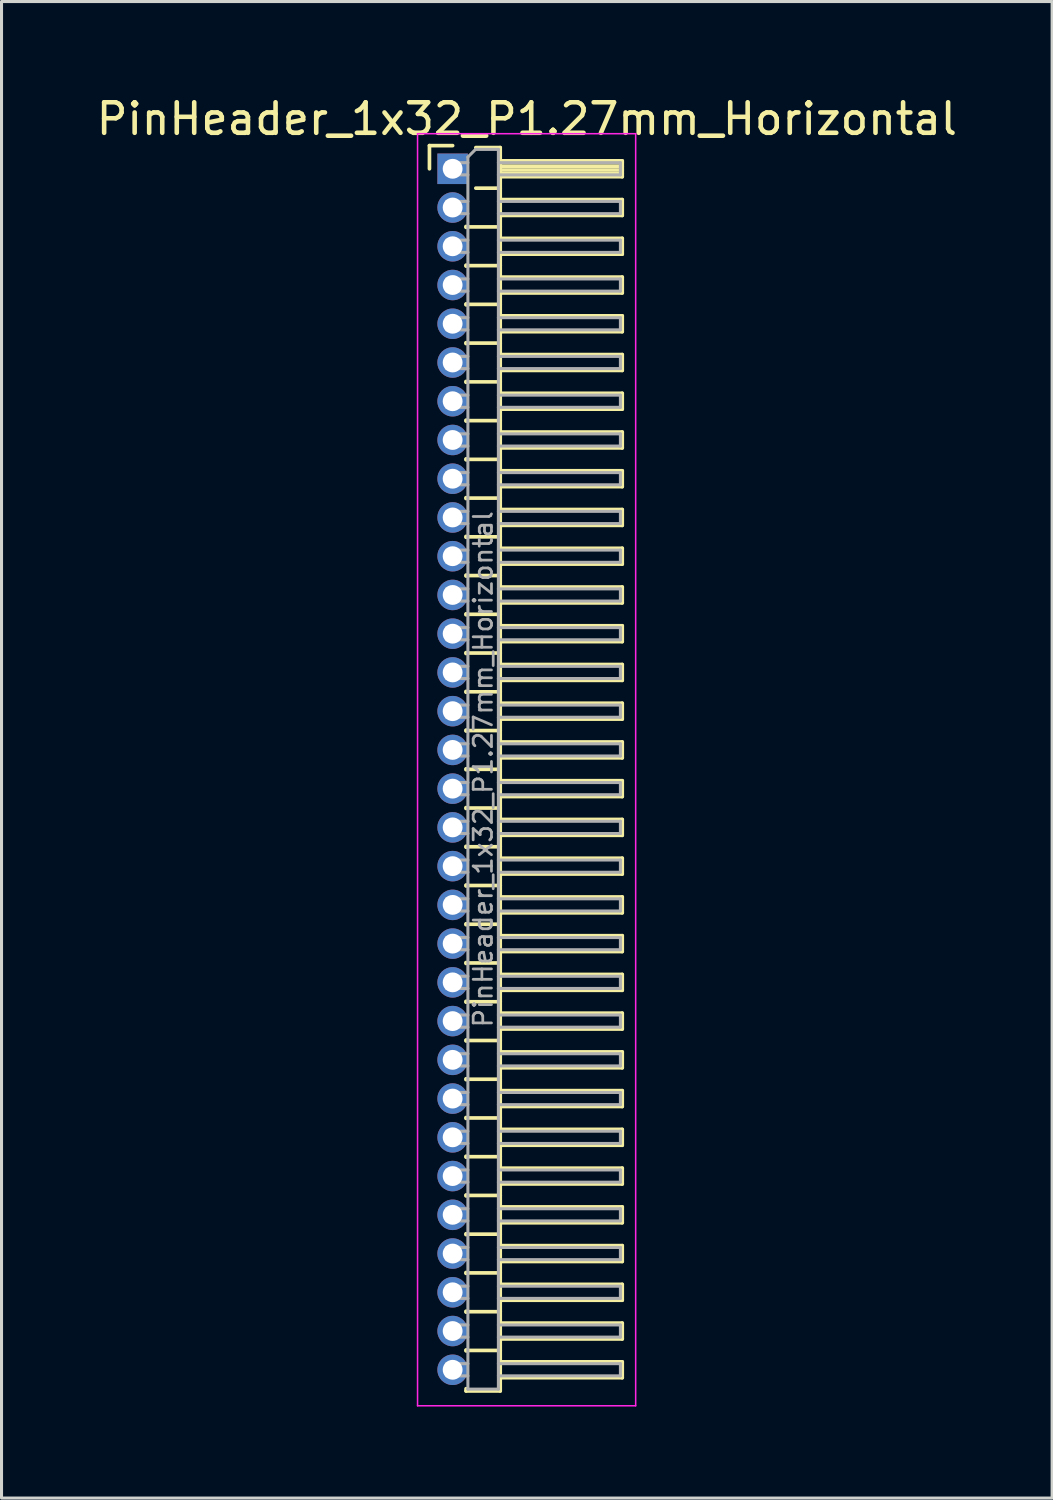
<source format=kicad_pcb>
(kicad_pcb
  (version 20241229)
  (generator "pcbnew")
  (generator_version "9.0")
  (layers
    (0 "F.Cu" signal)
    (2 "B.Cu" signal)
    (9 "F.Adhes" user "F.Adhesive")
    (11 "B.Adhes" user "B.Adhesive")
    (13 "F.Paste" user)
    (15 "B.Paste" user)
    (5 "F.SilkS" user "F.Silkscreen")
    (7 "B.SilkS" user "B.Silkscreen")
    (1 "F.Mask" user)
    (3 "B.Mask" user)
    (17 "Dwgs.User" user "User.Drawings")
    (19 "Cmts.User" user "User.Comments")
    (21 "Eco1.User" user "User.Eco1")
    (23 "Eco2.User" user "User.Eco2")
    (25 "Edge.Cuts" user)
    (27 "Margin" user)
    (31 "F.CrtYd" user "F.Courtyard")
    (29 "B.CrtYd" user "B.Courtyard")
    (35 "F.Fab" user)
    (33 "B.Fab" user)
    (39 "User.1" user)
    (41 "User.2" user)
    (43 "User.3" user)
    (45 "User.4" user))
  (footprint "PinHeader_1x32_P1.27mm_Horizontal"
    (layer "F.Cu")
    (at 11.788 2.483)
    (property "Reference" "PinHeader_1x32_P1.27mm_Horizontal" (at 2.433 -1.635 0) (layer "F.SilkS") (effects (font (size 1 1) (thickness 0.15))))
    (attr through_hole)
    (fp_line (start -0.76 -0.76) (end 0 -0.76) (stroke (width 0.12) (type solid)) (layer "F.SilkS"))
    (fp_line (start -0.76 0) (end -0.76 -0.76) (stroke (width 0.12) (type solid)) (layer "F.SilkS"))
    (fp_line (start 0.44 1.89) (end 0.44 1.92) (stroke (width 0.12) (type solid)) (layer "F.SilkS"))
    (fp_line (start 0.44 1.905) (end 1.56 1.905) (stroke (width 0.12) (type solid)) (layer "F.SilkS"))
    (fp_line (start 0.44 3.16) (end 0.44 3.19) (stroke (width 0.12) (type solid)) (layer "F.SilkS"))
    (fp_line (start 0.44 3.175) (end 1.56 3.175) (stroke (width 0.12) (type solid)) (layer "F.SilkS"))
    (fp_line (start 0.44 4.43) (end 0.44 4.46) (stroke (width 0.12) (type solid)) (layer "F.SilkS"))
    (fp_line (start 0.44 4.445) (end 1.56 4.445) (stroke (width 0.12) (type solid)) (layer "F.SilkS"))
    (fp_line (start 0.44 5.7) (end 0.44 5.73) (stroke (width 0.12) (type solid)) (layer "F.SilkS"))
    (fp_line (start 0.44 5.715) (end 1.56 5.715) (stroke (width 0.12) (type solid)) (layer "F.SilkS"))
    (fp_line (start 0.44 6.97) (end 0.44 7) (stroke (width 0.12) (type solid)) (layer "F.SilkS"))
    (fp_line (start 0.44 6.985) (end 1.56 6.985) (stroke (width 0.12) (type solid)) (layer "F.SilkS"))
    (fp_line (start 0.44 8.24) (end 0.44 8.27) (stroke (width 0.12) (type solid)) (layer "F.SilkS"))
    (fp_line (start 0.44 8.255) (end 1.56 8.255) (stroke (width 0.12) (type solid)) (layer "F.SilkS"))
    (fp_line (start 0.44 9.51) (end 0.44 9.54) (stroke (width 0.12) (type solid)) (layer "F.SilkS"))
    (fp_line (start 0.44 9.525) (end 1.56 9.525) (stroke (width 0.12) (type solid)) (layer "F.SilkS"))
    (fp_line (start 0.44 10.78) (end 0.44 10.81) (stroke (width 0.12) (type solid)) (layer "F.SilkS"))
    (fp_line (start 0.44 10.795) (end 1.56 10.795) (stroke (width 0.12) (type solid)) (layer "F.SilkS"))
    (fp_line (start 0.44 12.05) (end 0.44 12.08) (stroke (width 0.12) (type solid)) (layer "F.SilkS"))
    (fp_line (start 0.44 12.065) (end 1.56 12.065) (stroke (width 0.12) (type solid)) (layer "F.SilkS"))
    (fp_line (start 0.44 13.32) (end 0.44 13.35) (stroke (width 0.12) (type solid)) (layer "F.SilkS"))
    (fp_line (start 0.44 13.335) (end 1.56 13.335) (stroke (width 0.12) (type solid)) (layer "F.SilkS"))
    (fp_line (start 0.44 14.59) (end 0.44 14.62) (stroke (width 0.12) (type solid)) (layer "F.SilkS"))
    (fp_line (start 0.44 14.605) (end 1.56 14.605) (stroke (width 0.12) (type solid)) (layer "F.SilkS"))
    (fp_line (start 0.44 15.86) (end 0.44 15.89) (stroke (width 0.12) (type solid)) (layer "F.SilkS"))
    (fp_line (start 0.44 15.875) (end 1.56 15.875) (stroke (width 0.12) (type solid)) (layer "F.SilkS"))
    (fp_line (start 0.44 17.13) (end 0.44 17.16) (stroke (width 0.12) (type solid)) (layer "F.SilkS"))
    (fp_line (start 0.44 17.145) (end 1.56 17.145) (stroke (width 0.12) (type solid)) (layer "F.SilkS"))
    (fp_line (start 0.44 18.4) (end 0.44 18.43) (stroke (width 0.12) (type solid)) (layer "F.SilkS"))
    (fp_line (start 0.44 18.415) (end 1.56 18.415) (stroke (width 0.12) (type solid)) (layer "F.SilkS"))
    (fp_line (start 0.44 19.67) (end 0.44 19.7) (stroke (width 0.12) (type solid)) (layer "F.SilkS"))
    (fp_line (start 0.44 19.685) (end 1.56 19.685) (stroke (width 0.12) (type solid)) (layer "F.SilkS"))
    (fp_line (start 0.44 20.94) (end 0.44 20.97) (stroke (width 0.12) (type solid)) (layer "F.SilkS"))
    (fp_line (start 0.44 20.955) (end 1.56 20.955) (stroke (width 0.12) (type solid)) (layer "F.SilkS"))
    (fp_line (start 0.44 22.21) (end 0.44 22.24) (stroke (width 0.12) (type solid)) (layer "F.SilkS"))
    (fp_line (start 0.44 22.225) (end 1.56 22.225) (stroke (width 0.12) (type solid)) (layer "F.SilkS"))
    (fp_line (start 0.44 23.48) (end 0.44 23.51) (stroke (width 0.12) (type solid)) (layer "F.SilkS"))
    (fp_line (start 0.44 23.495) (end 1.56 23.495) (stroke (width 0.12) (type solid)) (layer "F.SilkS"))
    (fp_line (start 0.44 24.75) (end 0.44 24.78) (stroke (width 0.12) (type solid)) (layer "F.SilkS"))
    (fp_line (start 0.44 24.765) (end 1.56 24.765) (stroke (width 0.12) (type solid)) (layer "F.SilkS"))
    (fp_line (start 0.44 26.02) (end 0.44 26.05) (stroke (width 0.12) (type solid)) (layer "F.SilkS"))
    (fp_line (start 0.44 26.035) (end 1.56 26.035) (stroke (width 0.12) (type solid)) (layer "F.SilkS"))
    (fp_line (start 0.44 27.29) (end 0.44 27.32) (stroke (width 0.12) (type solid)) (layer "F.SilkS"))
    (fp_line (start 0.44 27.305) (end 1.56 27.305) (stroke (width 0.12) (type solid)) (layer "F.SilkS"))
    (fp_line (start 0.44 28.56) (end 0.44 28.59) (stroke (width 0.12) (type solid)) (layer "F.SilkS"))
    (fp_line (start 0.44 28.575) (end 1.56 28.575) (stroke (width 0.12) (type solid)) (layer "F.SilkS"))
    (fp_line (start 0.44 29.83) (end 0.44 29.86) (stroke (width 0.12) (type solid)) (layer "F.SilkS"))
    (fp_line (start 0.44 29.845) (end 1.56 29.845) (stroke (width 0.12) (type solid)) (layer "F.SilkS"))
    (fp_line (start 0.44 31.1) (end 0.44 31.13) (stroke (width 0.12) (type solid)) (layer "F.SilkS"))
    (fp_line (start 0.44 31.115) (end 1.56 31.115) (stroke (width 0.12) (type solid)) (layer "F.SilkS"))
    (fp_line (start 0.44 32.37) (end 0.44 32.4) (stroke (width 0.12) (type solid)) (layer "F.SilkS"))
    (fp_line (start 0.44 32.385) (end 1.56 32.385) (stroke (width 0.12) (type solid)) (layer "F.SilkS"))
    (fp_line (start 0.44 33.64) (end 0.44 33.67) (stroke (width 0.12) (type solid)) (layer "F.SilkS"))
    (fp_line (start 0.44 33.655) (end 1.56 33.655) (stroke (width 0.12) (type solid)) (layer "F.SilkS"))
    (fp_line (start 0.44 34.91) (end 0.44 34.94) (stroke (width 0.12) (type solid)) (layer "F.SilkS"))
    (fp_line (start 0.44 34.925) (end 1.56 34.925) (stroke (width 0.12) (type solid)) (layer "F.SilkS"))
    (fp_line (start 0.44 36.18) (end 0.44 36.21) (stroke (width 0.12) (type solid)) (layer "F.SilkS"))
    (fp_line (start 0.44 36.195) (end 1.56 36.195) (stroke (width 0.12) (type solid)) (layer "F.SilkS"))
    (fp_line (start 0.44 37.45) (end 0.44 37.48) (stroke (width 0.12) (type solid)) (layer "F.SilkS"))
    (fp_line (start 0.44 37.465) (end 1.56 37.465) (stroke (width 0.12) (type solid)) (layer "F.SilkS"))
    (fp_line (start 0.44 38.72) (end 0.44 38.75) (stroke (width 0.12) (type solid)) (layer "F.SilkS"))
    (fp_line (start 0.44 38.735) (end 1.56 38.735) (stroke (width 0.12) (type solid)) (layer "F.SilkS"))
    (fp_line (start 0.44 40.065) (end 0.44 39.99) (stroke (width 0.12) (type solid)) (layer "F.SilkS"))
    (fp_line (start 0.76 -0.695) (end 1.56 -0.695) (stroke (width 0.12) (type solid)) (layer "F.SilkS"))
    (fp_line (start 0.76 0.635) (end 1.56 0.635) (stroke (width 0.12) (type solid)) (layer "F.SilkS"))
    (fp_line (start 1.56 -0.695) (end 1.56 40.065) (stroke (width 0.12) (type solid)) (layer "F.SilkS"))
    (fp_line (start 1.56 -0.26) (end 5.56 -0.26) (stroke (width 0.12) (type solid)) (layer "F.SilkS"))
    (fp_line (start 1.56 -0.2) (end 5.56 -0.2) (stroke (width 0.12) (type solid)) (layer "F.SilkS"))
    (fp_line (start 1.56 -0.08) (end 5.56 -0.08) (stroke (width 0.12) (type solid)) (layer "F.SilkS"))
    (fp_line (start 1.56 0.04) (end 5.56 0.04) (stroke (width 0.12) (type solid)) (layer "F.SilkS"))
    (fp_line (start 1.56 0.16) (end 5.56 0.16) (stroke (width 0.12) (type solid)) (layer "F.SilkS"))
    (fp_line (start 1.56 1.01) (end 5.56 1.01) (stroke (width 0.12) (type solid)) (layer "F.SilkS"))
    (fp_line (start 1.56 2.28) (end 5.56 2.28) (stroke (width 0.12) (type solid)) (layer "F.SilkS"))
    (fp_line (start 1.56 3.55) (end 5.56 3.55) (stroke (width 0.12) (type solid)) (layer "F.SilkS"))
    (fp_line (start 1.56 4.82) (end 5.56 4.82) (stroke (width 0.12) (type solid)) (layer "F.SilkS"))
    (fp_line (start 1.56 6.09) (end 5.56 6.09) (stroke (width 0.12) (type solid)) (layer "F.SilkS"))
    (fp_line (start 1.56 7.36) (end 5.56 7.36) (stroke (width 0.12) (type solid)) (layer "F.SilkS"))
    (fp_line (start 1.56 8.63) (end 5.56 8.63) (stroke (width 0.12) (type solid)) (layer "F.SilkS"))
    (fp_line (start 1.56 9.9) (end 5.56 9.9) (stroke (width 0.12) (type solid)) (layer "F.SilkS"))
    (fp_line (start 1.56 11.17) (end 5.56 11.17) (stroke (width 0.12) (type solid)) (layer "F.SilkS"))
    (fp_line (start 1.56 12.44) (end 5.56 12.44) (stroke (width 0.12) (type solid)) (layer "F.SilkS"))
    (fp_line (start 1.56 13.71) (end 5.56 13.71) (stroke (width 0.12) (type solid)) (layer "F.SilkS"))
    (fp_line (start 1.56 14.98) (end 5.56 14.98) (stroke (width 0.12) (type solid)) (layer "F.SilkS"))
    (fp_line (start 1.56 16.25) (end 5.56 16.25) (stroke (width 0.12) (type solid)) (layer "F.SilkS"))
    (fp_line (start 1.56 17.52) (end 5.56 17.52) (stroke (width 0.12) (type solid)) (layer "F.SilkS"))
    (fp_line (start 1.56 18.79) (end 5.56 18.79) (stroke (width 0.12) (type solid)) (layer "F.SilkS"))
    (fp_line (start 1.56 20.06) (end 5.56 20.06) (stroke (width 0.12) (type solid)) (layer "F.SilkS"))
    (fp_line (start 1.56 21.33) (end 5.56 21.33) (stroke (width 0.12) (type solid)) (layer "F.SilkS"))
    (fp_line (start 1.56 22.6) (end 5.56 22.6) (stroke (width 0.12) (type solid)) (layer "F.SilkS"))
    (fp_line (start 1.56 23.87) (end 5.56 23.87) (stroke (width 0.12) (type solid)) (layer "F.SilkS"))
    (fp_line (start 1.56 25.14) (end 5.56 25.14) (stroke (width 0.12) (type solid)) (layer "F.SilkS"))
    (fp_line (start 1.56 26.41) (end 5.56 26.41) (stroke (width 0.12) (type solid)) (layer "F.SilkS"))
    (fp_line (start 1.56 27.68) (end 5.56 27.68) (stroke (width 0.12) (type solid)) (layer "F.SilkS"))
    (fp_line (start 1.56 28.95) (end 5.56 28.95) (stroke (width 0.12) (type solid)) (layer "F.SilkS"))
    (fp_line (start 1.56 30.22) (end 5.56 30.22) (stroke (width 0.12) (type solid)) (layer "F.SilkS"))
    (fp_line (start 1.56 31.49) (end 5.56 31.49) (stroke (width 0.12) (type solid)) (layer "F.SilkS"))
    (fp_line (start 1.56 32.76) (end 5.56 32.76) (stroke (width 0.12) (type solid)) (layer "F.SilkS"))
    (fp_line (start 1.56 34.03) (end 5.56 34.03) (stroke (width 0.12) (type solid)) (layer "F.SilkS"))
    (fp_line (start 1.56 35.3) (end 5.56 35.3) (stroke (width 0.12) (type solid)) (layer "F.SilkS"))
    (fp_line (start 1.56 36.57) (end 5.56 36.57) (stroke (width 0.12) (type solid)) (layer "F.SilkS"))
    (fp_line (start 1.56 37.84) (end 5.56 37.84) (stroke (width 0.12) (type solid)) (layer "F.SilkS"))
    (fp_line (start 1.56 39.11) (end 5.56 39.11) (stroke (width 0.12) (type solid)) (layer "F.SilkS"))
    (fp_line (start 1.56 40.065) (end 0.44 40.065) (stroke (width 0.12) (type solid)) (layer "F.SilkS"))
    (fp_line (start 5.56 -0.26) (end 5.56 0.26) (stroke (width 0.12) (type solid)) (layer "F.SilkS"))
    (fp_line (start 5.56 0.26) (end 1.56 0.26) (stroke (width 0.12) (type solid)) (layer "F.SilkS"))
    (fp_line (start 5.56 1.01) (end 5.56 1.53) (stroke (width 0.12) (type solid)) (layer "F.SilkS"))
    (fp_line (start 5.56 1.53) (end 1.56 1.53) (stroke (width 0.12) (type solid)) (layer "F.SilkS"))
    (fp_line (start 5.56 2.28) (end 5.56 2.8) (stroke (width 0.12) (type solid)) (layer "F.SilkS"))
    (fp_line (start 5.56 2.8) (end 1.56 2.8) (stroke (width 0.12) (type solid)) (layer "F.SilkS"))
    (fp_line (start 5.56 3.55) (end 5.56 4.07) (stroke (width 0.12) (type solid)) (layer "F.SilkS"))
    (fp_line (start 5.56 4.07) (end 1.56 4.07) (stroke (width 0.12) (type solid)) (layer "F.SilkS"))
    (fp_line (start 5.56 4.82) (end 5.56 5.34) (stroke (width 0.12) (type solid)) (layer "F.SilkS"))
    (fp_line (start 5.56 5.34) (end 1.56 5.34) (stroke (width 0.12) (type solid)) (layer "F.SilkS"))
    (fp_line (start 5.56 6.09) (end 5.56 6.61) (stroke (width 0.12) (type solid)) (layer "F.SilkS"))
    (fp_line (start 5.56 6.61) (end 1.56 6.61) (stroke (width 0.12) (type solid)) (layer "F.SilkS"))
    (fp_line (start 5.56 7.36) (end 5.56 7.88) (stroke (width 0.12) (type solid)) (layer "F.SilkS"))
    (fp_line (start 5.56 7.88) (end 1.56 7.88) (stroke (width 0.12) (type solid)) (layer "F.SilkS"))
    (fp_line (start 5.56 8.63) (end 5.56 9.15) (stroke (width 0.12) (type solid)) (layer "F.SilkS"))
    (fp_line (start 5.56 9.15) (end 1.56 9.15) (stroke (width 0.12) (type solid)) (layer "F.SilkS"))
    (fp_line (start 5.56 9.9) (end 5.56 10.42) (stroke (width 0.12) (type solid)) (layer "F.SilkS"))
    (fp_line (start 5.56 10.42) (end 1.56 10.42) (stroke (width 0.12) (type solid)) (layer "F.SilkS"))
    (fp_line (start 5.56 11.17) (end 5.56 11.69) (stroke (width 0.12) (type solid)) (layer "F.SilkS"))
    (fp_line (start 5.56 11.69) (end 1.56 11.69) (stroke (width 0.12) (type solid)) (layer "F.SilkS"))
    (fp_line (start 5.56 12.44) (end 5.56 12.96) (stroke (width 0.12) (type solid)) (layer "F.SilkS"))
    (fp_line (start 5.56 12.96) (end 1.56 12.96) (stroke (width 0.12) (type solid)) (layer "F.SilkS"))
    (fp_line (start 5.56 13.71) (end 5.56 14.23) (stroke (width 0.12) (type solid)) (layer "F.SilkS"))
    (fp_line (start 5.56 14.23) (end 1.56 14.23) (stroke (width 0.12) (type solid)) (layer "F.SilkS"))
    (fp_line (start 5.56 14.98) (end 5.56 15.5) (stroke (width 0.12) (type solid)) (layer "F.SilkS"))
    (fp_line (start 5.56 15.5) (end 1.56 15.5) (stroke (width 0.12) (type solid)) (layer "F.SilkS"))
    (fp_line (start 5.56 16.25) (end 5.56 16.77) (stroke (width 0.12) (type solid)) (layer "F.SilkS"))
    (fp_line (start 5.56 16.77) (end 1.56 16.77) (stroke (width 0.12) (type solid)) (layer "F.SilkS"))
    (fp_line (start 5.56 17.52) (end 5.56 18.04) (stroke (width 0.12) (type solid)) (layer "F.SilkS"))
    (fp_line (start 5.56 18.04) (end 1.56 18.04) (stroke (width 0.12) (type solid)) (layer "F.SilkS"))
    (fp_line (start 5.56 18.79) (end 5.56 19.31) (stroke (width 0.12) (type solid)) (layer "F.SilkS"))
    (fp_line (start 5.56 19.31) (end 1.56 19.31) (stroke (width 0.12) (type solid)) (layer "F.SilkS"))
    (fp_line (start 5.56 20.06) (end 5.56 20.58) (stroke (width 0.12) (type solid)) (layer "F.SilkS"))
    (fp_line (start 5.56 20.58) (end 1.56 20.58) (stroke (width 0.12) (type solid)) (layer "F.SilkS"))
    (fp_line (start 5.56 21.33) (end 5.56 21.85) (stroke (width 0.12) (type solid)) (layer "F.SilkS"))
    (fp_line (start 5.56 21.85) (end 1.56 21.85) (stroke (width 0.12) (type solid)) (layer "F.SilkS"))
    (fp_line (start 5.56 22.6) (end 5.56 23.12) (stroke (width 0.12) (type solid)) (layer "F.SilkS"))
    (fp_line (start 5.56 23.12) (end 1.56 23.12) (stroke (width 0.12) (type solid)) (layer "F.SilkS"))
    (fp_line (start 5.56 23.87) (end 5.56 24.39) (stroke (width 0.12) (type solid)) (layer "F.SilkS"))
    (fp_line (start 5.56 24.39) (end 1.56 24.39) (stroke (width 0.12) (type solid)) (layer "F.SilkS"))
    (fp_line (start 5.56 25.14) (end 5.56 25.66) (stroke (width 0.12) (type solid)) (layer "F.SilkS"))
    (fp_line (start 5.56 25.66) (end 1.56 25.66) (stroke (width 0.12) (type solid)) (layer "F.SilkS"))
    (fp_line (start 5.56 26.41) (end 5.56 26.93) (stroke (width 0.12) (type solid)) (layer "F.SilkS"))
    (fp_line (start 5.56 26.93) (end 1.56 26.93) (stroke (width 0.12) (type solid)) (layer "F.SilkS"))
    (fp_line (start 5.56 27.68) (end 5.56 28.2) (stroke (width 0.12) (type solid)) (layer "F.SilkS"))
    (fp_line (start 5.56 28.2) (end 1.56 28.2) (stroke (width 0.12) (type solid)) (layer "F.SilkS"))
    (fp_line (start 5.56 28.95) (end 5.56 29.47) (stroke (width 0.12) (type solid)) (layer "F.SilkS"))
    (fp_line (start 5.56 29.47) (end 1.56 29.47) (stroke (width 0.12) (type solid)) (layer "F.SilkS"))
    (fp_line (start 5.56 30.22) (end 5.56 30.74) (stroke (width 0.12) (type solid)) (layer "F.SilkS"))
    (fp_line (start 5.56 30.74) (end 1.56 30.74) (stroke (width 0.12) (type solid)) (layer "F.SilkS"))
    (fp_line (start 5.56 31.49) (end 5.56 32.01) (stroke (width 0.12) (type solid)) (layer "F.SilkS"))
    (fp_line (start 5.56 32.01) (end 1.56 32.01) (stroke (width 0.12) (type solid)) (layer "F.SilkS"))
    (fp_line (start 5.56 32.76) (end 5.56 33.28) (stroke (width 0.12) (type solid)) (layer "F.SilkS"))
    (fp_line (start 5.56 33.28) (end 1.56 33.28) (stroke (width 0.12) (type solid)) (layer "F.SilkS"))
    (fp_line (start 5.56 34.03) (end 5.56 34.55) (stroke (width 0.12) (type solid)) (layer "F.SilkS"))
    (fp_line (start 5.56 34.55) (end 1.56 34.55) (stroke (width 0.12) (type solid)) (layer "F.SilkS"))
    (fp_line (start 5.56 35.3) (end 5.56 35.82) (stroke (width 0.12) (type solid)) (layer "F.SilkS"))
    (fp_line (start 5.56 35.82) (end 1.56 35.82) (stroke (width 0.12) (type solid)) (layer "F.SilkS"))
    (fp_line (start 5.56 36.57) (end 5.56 37.09) (stroke (width 0.12) (type solid)) (layer "F.SilkS"))
    (fp_line (start 5.56 37.09) (end 1.56 37.09) (stroke (width 0.12) (type solid)) (layer "F.SilkS"))
    (fp_line (start 5.56 37.84) (end 5.56 38.36) (stroke (width 0.12) (type solid)) (layer "F.SilkS"))
    (fp_line (start 5.56 38.36) (end 1.56 38.36) (stroke (width 0.12) (type solid)) (layer "F.SilkS"))
    (fp_line (start 5.56 39.11) (end 5.56 39.63) (stroke (width 0.12) (type solid)) (layer "F.SilkS"))
    (fp_line (start 5.56 39.63) (end 1.56 39.63) (stroke (width 0.12) (type solid)) (layer "F.SilkS"))
    (fp_line (start -1.15 -1.15) (end -1.15 40.55) (stroke (width 0.05) (type solid)) (layer "F.CrtYd"))
    (fp_line (start -1.15 40.55) (end 6 40.55) (stroke (width 0.05) (type solid)) (layer "F.CrtYd"))
    (fp_line (start 6 -1.15) (end -1.15 -1.15) (stroke (width 0.05) (type solid)) (layer "F.CrtYd"))
    (fp_line (start 6 40.55) (end 6 -1.15) (stroke (width 0.05) (type solid)) (layer "F.CrtYd"))
    (fp_line (start -0.2 -0.2) (end -0.2 0.2) (stroke (width 0.1) (type solid)) (layer "F.Fab"))
    (fp_line (start -0.2 -0.2) (end 0.5 -0.2) (stroke (width 0.1) (type solid)) (layer "F.Fab"))
    (fp_line (start -0.2 0.2) (end 0.5 0.2) (stroke (width 0.1) (type solid)) (layer "F.Fab"))
    (fp_line (start -0.2 1.07) (end -0.2 1.47) (stroke (width 0.1) (type solid)) (layer "F.Fab"))
    (fp_line (start -0.2 1.07) (end 0.5 1.07) (stroke (width 0.1) (type solid)) (layer "F.Fab"))
    (fp_line (start -0.2 1.47) (end 0.5 1.47) (stroke (width 0.1) (type solid)) (layer "F.Fab"))
    (fp_line (start -0.2 2.34) (end -0.2 2.74) (stroke (width 0.1) (type solid)) (layer "F.Fab"))
    (fp_line (start -0.2 2.34) (end 0.5 2.34) (stroke (width 0.1) (type solid)) (layer "F.Fab"))
    (fp_line (start -0.2 2.74) (end 0.5 2.74) (stroke (width 0.1) (type solid)) (layer "F.Fab"))
    (fp_line (start -0.2 3.61) (end -0.2 4.01) (stroke (width 0.1) (type solid)) (layer "F.Fab"))
    (fp_line (start -0.2 3.61) (end 0.5 3.61) (stroke (width 0.1) (type solid)) (layer "F.Fab"))
    (fp_line (start -0.2 4.01) (end 0.5 4.01) (stroke (width 0.1) (type solid)) (layer "F.Fab"))
    (fp_line (start -0.2 4.88) (end -0.2 5.28) (stroke (width 0.1) (type solid)) (layer "F.Fab"))
    (fp_line (start -0.2 4.88) (end 0.5 4.88) (stroke (width 0.1) (type solid)) (layer "F.Fab"))
    (fp_line (start -0.2 5.28) (end 0.5 5.28) (stroke (width 0.1) (type solid)) (layer "F.Fab"))
    (fp_line (start -0.2 6.15) (end -0.2 6.55) (stroke (width 0.1) (type solid)) (layer "F.Fab"))
    (fp_line (start -0.2 6.15) (end 0.5 6.15) (stroke (width 0.1) (type solid)) (layer "F.Fab"))
    (fp_line (start -0.2 6.55) (end 0.5 6.55) (stroke (width 0.1) (type solid)) (layer "F.Fab"))
    (fp_line (start -0.2 7.42) (end -0.2 7.82) (stroke (width 0.1) (type solid)) (layer "F.Fab"))
    (fp_line (start -0.2 7.42) (end 0.5 7.42) (stroke (width 0.1) (type solid)) (layer "F.Fab"))
    (fp_line (start -0.2 7.82) (end 0.5 7.82) (stroke (width 0.1) (type solid)) (layer "F.Fab"))
    (fp_line (start -0.2 8.69) (end -0.2 9.09) (stroke (width 0.1) (type solid)) (layer "F.Fab"))
    (fp_line (start -0.2 8.69) (end 0.5 8.69) (stroke (width 0.1) (type solid)) (layer "F.Fab"))
    (fp_line (start -0.2 9.09) (end 0.5 9.09) (stroke (width 0.1) (type solid)) (layer "F.Fab"))
    (fp_line (start -0.2 9.96) (end -0.2 10.36) (stroke (width 0.1) (type solid)) (layer "F.Fab"))
    (fp_line (start -0.2 9.96) (end 0.5 9.96) (stroke (width 0.1) (type solid)) (layer "F.Fab"))
    (fp_line (start -0.2 10.36) (end 0.5 10.36) (stroke (width 0.1) (type solid)) (layer "F.Fab"))
    (fp_line (start -0.2 11.23) (end -0.2 11.63) (stroke (width 0.1) (type solid)) (layer "F.Fab"))
    (fp_line (start -0.2 11.23) (end 0.5 11.23) (stroke (width 0.1) (type solid)) (layer "F.Fab"))
    (fp_line (start -0.2 11.63) (end 0.5 11.63) (stroke (width 0.1) (type solid)) (layer "F.Fab"))
    (fp_line (start -0.2 12.5) (end -0.2 12.9) (stroke (width 0.1) (type solid)) (layer "F.Fab"))
    (fp_line (start -0.2 12.5) (end 0.5 12.5) (stroke (width 0.1) (type solid)) (layer "F.Fab"))
    (fp_line (start -0.2 12.9) (end 0.5 12.9) (stroke (width 0.1) (type solid)) (layer "F.Fab"))
    (fp_line (start -0.2 13.77) (end -0.2 14.17) (stroke (width 0.1) (type solid)) (layer "F.Fab"))
    (fp_line (start -0.2 13.77) (end 0.5 13.77) (stroke (width 0.1) (type solid)) (layer "F.Fab"))
    (fp_line (start -0.2 14.17) (end 0.5 14.17) (stroke (width 0.1) (type solid)) (layer "F.Fab"))
    (fp_line (start -0.2 15.04) (end -0.2 15.44) (stroke (width 0.1) (type solid)) (layer "F.Fab"))
    (fp_line (start -0.2 15.04) (end 0.5 15.04) (stroke (width 0.1) (type solid)) (layer "F.Fab"))
    (fp_line (start -0.2 15.44) (end 0.5 15.44) (stroke (width 0.1) (type solid)) (layer "F.Fab"))
    (fp_line (start -0.2 16.31) (end -0.2 16.71) (stroke (width 0.1) (type solid)) (layer "F.Fab"))
    (fp_line (start -0.2 16.31) (end 0.5 16.31) (stroke (width 0.1) (type solid)) (layer "F.Fab"))
    (fp_line (start -0.2 16.71) (end 0.5 16.71) (stroke (width 0.1) (type solid)) (layer "F.Fab"))
    (fp_line (start -0.2 17.58) (end -0.2 17.98) (stroke (width 0.1) (type solid)) (layer "F.Fab"))
    (fp_line (start -0.2 17.58) (end 0.5 17.58) (stroke (width 0.1) (type solid)) (layer "F.Fab"))
    (fp_line (start -0.2 17.98) (end 0.5 17.98) (stroke (width 0.1) (type solid)) (layer "F.Fab"))
    (fp_line (start -0.2 18.85) (end -0.2 19.25) (stroke (width 0.1) (type solid)) (layer "F.Fab"))
    (fp_line (start -0.2 18.85) (end 0.5 18.85) (stroke (width 0.1) (type solid)) (layer "F.Fab"))
    (fp_line (start -0.2 19.25) (end 0.5 19.25) (stroke (width 0.1) (type solid)) (layer "F.Fab"))
    (fp_line (start -0.2 20.12) (end -0.2 20.52) (stroke (width 0.1) (type solid)) (layer "F.Fab"))
    (fp_line (start -0.2 20.12) (end 0.5 20.12) (stroke (width 0.1) (type solid)) (layer "F.Fab"))
    (fp_line (start -0.2 20.52) (end 0.5 20.52) (stroke (width 0.1) (type solid)) (layer "F.Fab"))
    (fp_line (start -0.2 21.39) (end -0.2 21.79) (stroke (width 0.1) (type solid)) (layer "F.Fab"))
    (fp_line (start -0.2 21.39) (end 0.5 21.39) (stroke (width 0.1) (type solid)) (layer "F.Fab"))
    (fp_line (start -0.2 21.79) (end 0.5 21.79) (stroke (width 0.1) (type solid)) (layer "F.Fab"))
    (fp_line (start -0.2 22.66) (end -0.2 23.06) (stroke (width 0.1) (type solid)) (layer "F.Fab"))
    (fp_line (start -0.2 22.66) (end 0.5 22.66) (stroke (width 0.1) (type solid)) (layer "F.Fab"))
    (fp_line (start -0.2 23.06) (end 0.5 23.06) (stroke (width 0.1) (type solid)) (layer "F.Fab"))
    (fp_line (start -0.2 23.93) (end -0.2 24.33) (stroke (width 0.1) (type solid)) (layer "F.Fab"))
    (fp_line (start -0.2 23.93) (end 0.5 23.93) (stroke (width 0.1) (type solid)) (layer "F.Fab"))
    (fp_line (start -0.2 24.33) (end 0.5 24.33) (stroke (width 0.1) (type solid)) (layer "F.Fab"))
    (fp_line (start -0.2 25.2) (end -0.2 25.6) (stroke (width 0.1) (type solid)) (layer "F.Fab"))
    (fp_line (start -0.2 25.2) (end 0.5 25.2) (stroke (width 0.1) (type solid)) (layer "F.Fab"))
    (fp_line (start -0.2 25.6) (end 0.5 25.6) (stroke (width 0.1) (type solid)) (layer "F.Fab"))
    (fp_line (start -0.2 26.47) (end -0.2 26.87) (stroke (width 0.1) (type solid)) (layer "F.Fab"))
    (fp_line (start -0.2 26.47) (end 0.5 26.47) (stroke (width 0.1) (type solid)) (layer "F.Fab"))
    (fp_line (start -0.2 26.87) (end 0.5 26.87) (stroke (width 0.1) (type solid)) (layer "F.Fab"))
    (fp_line (start -0.2 27.74) (end -0.2 28.14) (stroke (width 0.1) (type solid)) (layer "F.Fab"))
    (fp_line (start -0.2 27.74) (end 0.5 27.74) (stroke (width 0.1) (type solid)) (layer "F.Fab"))
    (fp_line (start -0.2 28.14) (end 0.5 28.14) (stroke (width 0.1) (type solid)) (layer "F.Fab"))
    (fp_line (start -0.2 29.01) (end -0.2 29.41) (stroke (width 0.1) (type solid)) (layer "F.Fab"))
    (fp_line (start -0.2 29.01) (end 0.5 29.01) (stroke (width 0.1) (type solid)) (layer "F.Fab"))
    (fp_line (start -0.2 29.41) (end 0.5 29.41) (stroke (width 0.1) (type solid)) (layer "F.Fab"))
    (fp_line (start -0.2 30.28) (end -0.2 30.68) (stroke (width 0.1) (type solid)) (layer "F.Fab"))
    (fp_line (start -0.2 30.28) (end 0.5 30.28) (stroke (width 0.1) (type solid)) (layer "F.Fab"))
    (fp_line (start -0.2 30.68) (end 0.5 30.68) (stroke (width 0.1) (type solid)) (layer "F.Fab"))
    (fp_line (start -0.2 31.55) (end -0.2 31.95) (stroke (width 0.1) (type solid)) (layer "F.Fab"))
    (fp_line (start -0.2 31.55) (end 0.5 31.55) (stroke (width 0.1) (type solid)) (layer "F.Fab"))
    (fp_line (start -0.2 31.95) (end 0.5 31.95) (stroke (width 0.1) (type solid)) (layer "F.Fab"))
    (fp_line (start -0.2 32.82) (end -0.2 33.22) (stroke (width 0.1) (type solid)) (layer "F.Fab"))
    (fp_line (start -0.2 32.82) (end 0.5 32.82) (stroke (width 0.1) (type solid)) (layer "F.Fab"))
    (fp_line (start -0.2 33.22) (end 0.5 33.22) (stroke (width 0.1) (type solid)) (layer "F.Fab"))
    (fp_line (start -0.2 34.09) (end -0.2 34.49) (stroke (width 0.1) (type solid)) (layer "F.Fab"))
    (fp_line (start -0.2 34.09) (end 0.5 34.09) (stroke (width 0.1) (type solid)) (layer "F.Fab"))
    (fp_line (start -0.2 34.49) (end 0.5 34.49) (stroke (width 0.1) (type solid)) (layer "F.Fab"))
    (fp_line (start -0.2 35.36) (end -0.2 35.76) (stroke (width 0.1) (type solid)) (layer "F.Fab"))
    (fp_line (start -0.2 35.36) (end 0.5 35.36) (stroke (width 0.1) (type solid)) (layer "F.Fab"))
    (fp_line (start -0.2 35.76) (end 0.5 35.76) (stroke (width 0.1) (type solid)) (layer "F.Fab"))
    (fp_line (start -0.2 36.63) (end -0.2 37.03) (stroke (width 0.1) (type solid)) (layer "F.Fab"))
    (fp_line (start -0.2 36.63) (end 0.5 36.63) (stroke (width 0.1) (type solid)) (layer "F.Fab"))
    (fp_line (start -0.2 37.03) (end 0.5 37.03) (stroke (width 0.1) (type solid)) (layer "F.Fab"))
    (fp_line (start -0.2 37.9) (end -0.2 38.3) (stroke (width 0.1) (type solid)) (layer "F.Fab"))
    (fp_line (start -0.2 37.9) (end 0.5 37.9) (stroke (width 0.1) (type solid)) (layer "F.Fab"))
    (fp_line (start -0.2 38.3) (end 0.5 38.3) (stroke (width 0.1) (type solid)) (layer "F.Fab"))
    (fp_line (start -0.2 39.17) (end -0.2 39.57) (stroke (width 0.1) (type solid)) (layer "F.Fab"))
    (fp_line (start -0.2 39.17) (end 0.5 39.17) (stroke (width 0.1) (type solid)) (layer "F.Fab"))
    (fp_line (start -0.2 39.57) (end 0.5 39.57) (stroke (width 0.1) (type solid)) (layer "F.Fab"))
    (fp_line (start 0.5 -0.385) (end 0.75 -0.635) (stroke (width 0.1) (type solid)) (layer "F.Fab"))
    (fp_line (start 0.5 40.005) (end 0.5 -0.385) (stroke (width 0.1) (type solid)) (layer "F.Fab"))
    (fp_line (start 0.75 -0.635) (end 1.5 -0.635) (stroke (width 0.1) (type solid)) (layer "F.Fab"))
    (fp_line (start 1.5 -0.635) (end 1.5 40.005) (stroke (width 0.1) (type solid)) (layer "F.Fab"))
    (fp_line (start 1.5 -0.2) (end 5.5 -0.2) (stroke (width 0.1) (type solid)) (layer "F.Fab"))
    (fp_line (start 1.5 0.2) (end 5.5 0.2) (stroke (width 0.1) (type solid)) (layer "F.Fab"))
    (fp_line (start 1.5 1.07) (end 5.5 1.07) (stroke (width 0.1) (type solid)) (layer "F.Fab"))
    (fp_line (start 1.5 1.47) (end 5.5 1.47) (stroke (width 0.1) (type solid)) (layer "F.Fab"))
    (fp_line (start 1.5 2.34) (end 5.5 2.34) (stroke (width 0.1) (type solid)) (layer "F.Fab"))
    (fp_line (start 1.5 2.74) (end 5.5 2.74) (stroke (width 0.1) (type solid)) (layer "F.Fab"))
    (fp_line (start 1.5 3.61) (end 5.5 3.61) (stroke (width 0.1) (type solid)) (layer "F.Fab"))
    (fp_line (start 1.5 4.01) (end 5.5 4.01) (stroke (width 0.1) (type solid)) (layer "F.Fab"))
    (fp_line (start 1.5 4.88) (end 5.5 4.88) (stroke (width 0.1) (type solid)) (layer "F.Fab"))
    (fp_line (start 1.5 5.28) (end 5.5 5.28) (stroke (width 0.1) (type solid)) (layer "F.Fab"))
    (fp_line (start 1.5 6.15) (end 5.5 6.15) (stroke (width 0.1) (type solid)) (layer "F.Fab"))
    (fp_line (start 1.5 6.55) (end 5.5 6.55) (stroke (width 0.1) (type solid)) (layer "F.Fab"))
    (fp_line (start 1.5 7.42) (end 5.5 7.42) (stroke (width 0.1) (type solid)) (layer "F.Fab"))
    (fp_line (start 1.5 7.82) (end 5.5 7.82) (stroke (width 0.1) (type solid)) (layer "F.Fab"))
    (fp_line (start 1.5 8.69) (end 5.5 8.69) (stroke (width 0.1) (type solid)) (layer "F.Fab"))
    (fp_line (start 1.5 9.09) (end 5.5 9.09) (stroke (width 0.1) (type solid)) (layer "F.Fab"))
    (fp_line (start 1.5 9.96) (end 5.5 9.96) (stroke (width 0.1) (type solid)) (layer "F.Fab"))
    (fp_line (start 1.5 10.36) (end 5.5 10.36) (stroke (width 0.1) (type solid)) (layer "F.Fab"))
    (fp_line (start 1.5 11.23) (end 5.5 11.23) (stroke (width 0.1) (type solid)) (layer "F.Fab"))
    (fp_line (start 1.5 11.63) (end 5.5 11.63) (stroke (width 0.1) (type solid)) (layer "F.Fab"))
    (fp_line (start 1.5 12.5) (end 5.5 12.5) (stroke (width 0.1) (type solid)) (layer "F.Fab"))
    (fp_line (start 1.5 12.9) (end 5.5 12.9) (stroke (width 0.1) (type solid)) (layer "F.Fab"))
    (fp_line (start 1.5 13.77) (end 5.5 13.77) (stroke (width 0.1) (type solid)) (layer "F.Fab"))
    (fp_line (start 1.5 14.17) (end 5.5 14.17) (stroke (width 0.1) (type solid)) (layer "F.Fab"))
    (fp_line (start 1.5 15.04) (end 5.5 15.04) (stroke (width 0.1) (type solid)) (layer "F.Fab"))
    (fp_line (start 1.5 15.44) (end 5.5 15.44) (stroke (width 0.1) (type solid)) (layer "F.Fab"))
    (fp_line (start 1.5 16.31) (end 5.5 16.31) (stroke (width 0.1) (type solid)) (layer "F.Fab"))
    (fp_line (start 1.5 16.71) (end 5.5 16.71) (stroke (width 0.1) (type solid)) (layer "F.Fab"))
    (fp_line (start 1.5 17.58) (end 5.5 17.58) (stroke (width 0.1) (type solid)) (layer "F.Fab"))
    (fp_line (start 1.5 17.98) (end 5.5 17.98) (stroke (width 0.1) (type solid)) (layer "F.Fab"))
    (fp_line (start 1.5 18.85) (end 5.5 18.85) (stroke (width 0.1) (type solid)) (layer "F.Fab"))
    (fp_line (start 1.5 19.25) (end 5.5 19.25) (stroke (width 0.1) (type solid)) (layer "F.Fab"))
    (fp_line (start 1.5 20.12) (end 5.5 20.12) (stroke (width 0.1) (type solid)) (layer "F.Fab"))
    (fp_line (start 1.5 20.52) (end 5.5 20.52) (stroke (width 0.1) (type solid)) (layer "F.Fab"))
    (fp_line (start 1.5 21.39) (end 5.5 21.39) (stroke (width 0.1) (type solid)) (layer "F.Fab"))
    (fp_line (start 1.5 21.79) (end 5.5 21.79) (stroke (width 0.1) (type solid)) (layer "F.Fab"))
    (fp_line (start 1.5 22.66) (end 5.5 22.66) (stroke (width 0.1) (type solid)) (layer "F.Fab"))
    (fp_line (start 1.5 23.06) (end 5.5 23.06) (stroke (width 0.1) (type solid)) (layer "F.Fab"))
    (fp_line (start 1.5 23.93) (end 5.5 23.93) (stroke (width 0.1) (type solid)) (layer "F.Fab"))
    (fp_line (start 1.5 24.33) (end 5.5 24.33) (stroke (width 0.1) (type solid)) (layer "F.Fab"))
    (fp_line (start 1.5 25.2) (end 5.5 25.2) (stroke (width 0.1) (type solid)) (layer "F.Fab"))
    (fp_line (start 1.5 25.6) (end 5.5 25.6) (stroke (width 0.1) (type solid)) (layer "F.Fab"))
    (fp_line (start 1.5 26.47) (end 5.5 26.47) (stroke (width 0.1) (type solid)) (layer "F.Fab"))
    (fp_line (start 1.5 26.87) (end 5.5 26.87) (stroke (width 0.1) (type solid)) (layer "F.Fab"))
    (fp_line (start 1.5 27.74) (end 5.5 27.74) (stroke (width 0.1) (type solid)) (layer "F.Fab"))
    (fp_line (start 1.5 28.14) (end 5.5 28.14) (stroke (width 0.1) (type solid)) (layer "F.Fab"))
    (fp_line (start 1.5 29.01) (end 5.5 29.01) (stroke (width 0.1) (type solid)) (layer "F.Fab"))
    (fp_line (start 1.5 29.41) (end 5.5 29.41) (stroke (width 0.1) (type solid)) (layer "F.Fab"))
    (fp_line (start 1.5 30.28) (end 5.5 30.28) (stroke (width 0.1) (type solid)) (layer "F.Fab"))
    (fp_line (start 1.5 30.68) (end 5.5 30.68) (stroke (width 0.1) (type solid)) (layer "F.Fab"))
    (fp_line (start 1.5 31.55) (end 5.5 31.55) (stroke (width 0.1) (type solid)) (layer "F.Fab"))
    (fp_line (start 1.5 31.95) (end 5.5 31.95) (stroke (width 0.1) (type solid)) (layer "F.Fab"))
    (fp_line (start 1.5 32.82) (end 5.5 32.82) (stroke (width 0.1) (type solid)) (layer "F.Fab"))
    (fp_line (start 1.5 33.22) (end 5.5 33.22) (stroke (width 0.1) (type solid)) (layer "F.Fab"))
    (fp_line (start 1.5 34.09) (end 5.5 34.09) (stroke (width 0.1) (type solid)) (layer "F.Fab"))
    (fp_line (start 1.5 34.49) (end 5.5 34.49) (stroke (width 0.1) (type solid)) (layer "F.Fab"))
    (fp_line (start 1.5 35.36) (end 5.5 35.36) (stroke (width 0.1) (type solid)) (layer "F.Fab"))
    (fp_line (start 1.5 35.76) (end 5.5 35.76) (stroke (width 0.1) (type solid)) (layer "F.Fab"))
    (fp_line (start 1.5 36.63) (end 5.5 36.63) (stroke (width 0.1) (type solid)) (layer "F.Fab"))
    (fp_line (start 1.5 37.03) (end 5.5 37.03) (stroke (width 0.1) (type solid)) (layer "F.Fab"))
    (fp_line (start 1.5 37.9) (end 5.5 37.9) (stroke (width 0.1) (type solid)) (layer "F.Fab"))
    (fp_line (start 1.5 38.3) (end 5.5 38.3) (stroke (width 0.1) (type solid)) (layer "F.Fab"))
    (fp_line (start 1.5 39.17) (end 5.5 39.17) (stroke (width 0.1) (type solid)) (layer "F.Fab"))
    (fp_line (start 1.5 39.57) (end 5.5 39.57) (stroke (width 0.1) (type solid)) (layer "F.Fab"))
    (fp_line (start 1.5 40.005) (end 0.5 40.005) (stroke (width 0.1) (type solid)) (layer "F.Fab"))
    (fp_line (start 5.5 -0.2) (end 5.5 0.2) (stroke (width 0.1) (type solid)) (layer "F.Fab"))
    (fp_line (start 5.5 1.07) (end 5.5 1.47) (stroke (width 0.1) (type solid)) (layer "F.Fab"))
    (fp_line (start 5.5 2.34) (end 5.5 2.74) (stroke (width 0.1) (type solid)) (layer "F.Fab"))
    (fp_line (start 5.5 3.61) (end 5.5 4.01) (stroke (width 0.1) (type solid)) (layer "F.Fab"))
    (fp_line (start 5.5 4.88) (end 5.5 5.28) (stroke (width 0.1) (type solid)) (layer "F.Fab"))
    (fp_line (start 5.5 6.15) (end 5.5 6.55) (stroke (width 0.1) (type solid)) (layer "F.Fab"))
    (fp_line (start 5.5 7.42) (end 5.5 7.82) (stroke (width 0.1) (type solid)) (layer "F.Fab"))
    (fp_line (start 5.5 8.69) (end 5.5 9.09) (stroke (width 0.1) (type solid)) (layer "F.Fab"))
    (fp_line (start 5.5 9.96) (end 5.5 10.36) (stroke (width 0.1) (type solid)) (layer "F.Fab"))
    (fp_line (start 5.5 11.23) (end 5.5 11.63) (stroke (width 0.1) (type solid)) (layer "F.Fab"))
    (fp_line (start 5.5 12.5) (end 5.5 12.9) (stroke (width 0.1) (type solid)) (layer "F.Fab"))
    (fp_line (start 5.5 13.77) (end 5.5 14.17) (stroke (width 0.1) (type solid)) (layer "F.Fab"))
    (fp_line (start 5.5 15.04) (end 5.5 15.44) (stroke (width 0.1) (type solid)) (layer "F.Fab"))
    (fp_line (start 5.5 16.31) (end 5.5 16.71) (stroke (width 0.1) (type solid)) (layer "F.Fab"))
    (fp_line (start 5.5 17.58) (end 5.5 17.98) (stroke (width 0.1) (type solid)) (layer "F.Fab"))
    (fp_line (start 5.5 18.85) (end 5.5 19.25) (stroke (width 0.1) (type solid)) (layer "F.Fab"))
    (fp_line (start 5.5 20.12) (end 5.5 20.52) (stroke (width 0.1) (type solid)) (layer "F.Fab"))
    (fp_line (start 5.5 21.39) (end 5.5 21.79) (stroke (width 0.1) (type solid)) (layer "F.Fab"))
    (fp_line (start 5.5 22.66) (end 5.5 23.06) (stroke (width 0.1) (type solid)) (layer "F.Fab"))
    (fp_line (start 5.5 23.93) (end 5.5 24.33) (stroke (width 0.1) (type solid)) (layer "F.Fab"))
    (fp_line (start 5.5 25.2) (end 5.5 25.6) (stroke (width 0.1) (type solid)) (layer "F.Fab"))
    (fp_line (start 5.5 26.47) (end 5.5 26.87) (stroke (width 0.1) (type solid)) (layer "F.Fab"))
    (fp_line (start 5.5 27.74) (end 5.5 28.14) (stroke (width 0.1) (type solid)) (layer "F.Fab"))
    (fp_line (start 5.5 29.01) (end 5.5 29.41) (stroke (width 0.1) (type solid)) (layer "F.Fab"))
    (fp_line (start 5.5 30.28) (end 5.5 30.68) (stroke (width 0.1) (type solid)) (layer "F.Fab"))
    (fp_line (start 5.5 31.55) (end 5.5 31.95) (stroke (width 0.1) (type solid)) (layer "F.Fab"))
    (fp_line (start 5.5 32.82) (end 5.5 33.22) (stroke (width 0.1) (type solid)) (layer "F.Fab"))
    (fp_line (start 5.5 34.09) (end 5.5 34.49) (stroke (width 0.1) (type solid)) (layer "F.Fab"))
    (fp_line (start 5.5 35.36) (end 5.5 35.76) (stroke (width 0.1) (type solid)) (layer "F.Fab"))
    (fp_line (start 5.5 36.63) (end 5.5 37.03) (stroke (width 0.1) (type solid)) (layer "F.Fab"))
    (fp_line (start 5.5 37.9) (end 5.5 38.3) (stroke (width 0.1) (type solid)) (layer "F.Fab"))
    (fp_line (start 5.5 39.17) (end 5.5 39.57) (stroke (width 0.1) (type solid)) (layer "F.Fab"))
    (fp_text user "${REFERENCE}" (at 1 19.685 90) (layer "F.Fab") (effects (font (size 0.6 0.6) (thickness 0.09))))
    (pad "1" thru_hole rect (at 0 0) (size 1 1) (drill 0.65) (layers "*.Cu" "*.Mask"))
    (pad "2" thru_hole oval (at 0 1.27) (size 1 1) (drill 0.65) (layers "*.Cu" "*.Mask"))
    (pad "3" thru_hole oval (at 0 2.54) (size 1 1) (drill 0.65) (layers "*.Cu" "*.Mask"))
    (pad "4" thru_hole oval (at 0 3.81) (size 1 1) (drill 0.65) (layers "*.Cu" "*.Mask"))
    (pad "5" thru_hole oval (at 0 5.08) (size 1 1) (drill 0.65) (layers "*.Cu" "*.Mask"))
    (pad "6" thru_hole oval (at 0 6.35) (size 1 1) (drill 0.65) (layers "*.Cu" "*.Mask"))
    (pad "7" thru_hole oval (at 0 7.62) (size 1 1) (drill 0.65) (layers "*.Cu" "*.Mask"))
    (pad "8" thru_hole oval (at 0 8.89) (size 1 1) (drill 0.65) (layers "*.Cu" "*.Mask"))
    (pad "9" thru_hole oval (at 0 10.16) (size 1 1) (drill 0.65) (layers "*.Cu" "*.Mask"))
    (pad "10" thru_hole oval (at 0 11.43) (size 1 1) (drill 0.65) (layers "*.Cu" "*.Mask"))
    (pad "11" thru_hole oval (at 0 12.7) (size 1 1) (drill 0.65) (layers "*.Cu" "*.Mask"))
    (pad "12" thru_hole oval (at 0 13.97) (size 1 1) (drill 0.65) (layers "*.Cu" "*.Mask"))
    (pad "13" thru_hole oval (at 0 15.24) (size 1 1) (drill 0.65) (layers "*.Cu" "*.Mask"))
    (pad "14" thru_hole oval (at 0 16.51) (size 1 1) (drill 0.65) (layers "*.Cu" "*.Mask"))
    (pad "15" thru_hole oval (at 0 17.78) (size 1 1) (drill 0.65) (layers "*.Cu" "*.Mask"))
    (pad "16" thru_hole oval (at 0 19.05) (size 1 1) (drill 0.65) (layers "*.Cu" "*.Mask"))
    (pad "17" thru_hole oval (at 0 20.32) (size 1 1) (drill 0.65) (layers "*.Cu" "*.Mask"))
    (pad "18" thru_hole oval (at 0 21.59) (size 1 1) (drill 0.65) (layers "*.Cu" "*.Mask"))
    (pad "19" thru_hole oval (at 0 22.86) (size 1 1) (drill 0.65) (layers "*.Cu" "*.Mask"))
    (pad "20" thru_hole oval (at 0 24.13) (size 1 1) (drill 0.65) (layers "*.Cu" "*.Mask"))
    (pad "21" thru_hole oval (at 0 25.4) (size 1 1) (drill 0.65) (layers "*.Cu" "*.Mask"))
    (pad "22" thru_hole oval (at 0 26.67) (size 1 1) (drill 0.65) (layers "*.Cu" "*.Mask"))
    (pad "23" thru_hole oval (at 0 27.94) (size 1 1) (drill 0.65) (layers "*.Cu" "*.Mask"))
    (pad "24" thru_hole oval (at 0 29.21) (size 1 1) (drill 0.65) (layers "*.Cu" "*.Mask"))
    (pad "25" thru_hole oval (at 0 30.48) (size 1 1) (drill 0.65) (layers "*.Cu" "*.Mask"))
    (pad "26" thru_hole oval (at 0 31.75) (size 1 1) (drill 0.65) (layers "*.Cu" "*.Mask"))
    (pad "27" thru_hole oval (at 0 33.02) (size 1 1) (drill 0.65) (layers "*.Cu" "*.Mask"))
    (pad "28" thru_hole oval (at 0 34.29) (size 1 1) (drill 0.65) (layers "*.Cu" "*.Mask"))
    (pad "29" thru_hole oval (at 0 35.56) (size 1 1) (drill 0.65) (layers "*.Cu" "*.Mask"))
    (pad "30" thru_hole oval (at 0 36.83) (size 1 1) (drill 0.65) (layers "*.Cu" "*.Mask"))
    (pad "31" thru_hole oval (at 0 38.1) (size 1 1) (drill 0.65) (layers "*.Cu" "*.Mask"))
    (pad "32" thru_hole oval (at 0 39.37) (size 1 1) (drill 0.65) (layers "*.Cu" "*.Mask")))
  (gr_rect
    (start -3 -3)
    (end 31.44 46.058)
    (stroke (width 0.1) (type default))
    (fill no)
    (layer "Edge.Cuts")))
</source>
